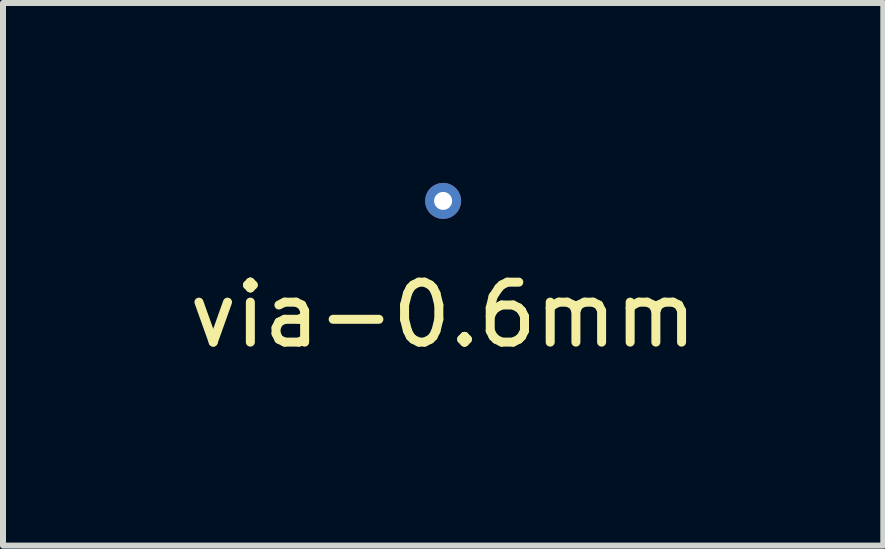
<source format=kicad_pcb>
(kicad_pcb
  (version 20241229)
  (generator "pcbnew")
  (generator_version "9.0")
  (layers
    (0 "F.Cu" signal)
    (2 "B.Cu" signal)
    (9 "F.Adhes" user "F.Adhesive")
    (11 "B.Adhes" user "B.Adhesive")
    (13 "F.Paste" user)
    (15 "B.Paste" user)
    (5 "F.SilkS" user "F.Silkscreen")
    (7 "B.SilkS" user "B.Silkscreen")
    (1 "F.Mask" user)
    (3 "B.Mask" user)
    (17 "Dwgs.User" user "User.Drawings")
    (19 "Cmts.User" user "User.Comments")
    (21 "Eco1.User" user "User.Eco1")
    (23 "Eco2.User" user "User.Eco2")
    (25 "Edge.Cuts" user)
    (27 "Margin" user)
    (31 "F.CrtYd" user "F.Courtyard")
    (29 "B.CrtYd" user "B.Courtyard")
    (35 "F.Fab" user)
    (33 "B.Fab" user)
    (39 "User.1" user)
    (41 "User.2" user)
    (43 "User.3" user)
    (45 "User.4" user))
  (footprint "via-0.6mm"
    (layer "F.Cu")
    (at 4.339 0.3)
    (property "Reference" "via-0.6mm" (at 0 1.9 0) (layer "F.SilkS") (effects (font (size 1 1) (thickness 0.15))))
    (attr through_hole)
    (pad "1" thru_hole circle (at 0 0) (size 0.6 0.6) (drill 0.3) (layers "*.Cu")))
  (gr_rect
    (start -3 -3)
    (end 11.679 6.048)
    (stroke (width 0.1) (type default))
    (fill no)
    (layer "Edge.Cuts")))
</source>
